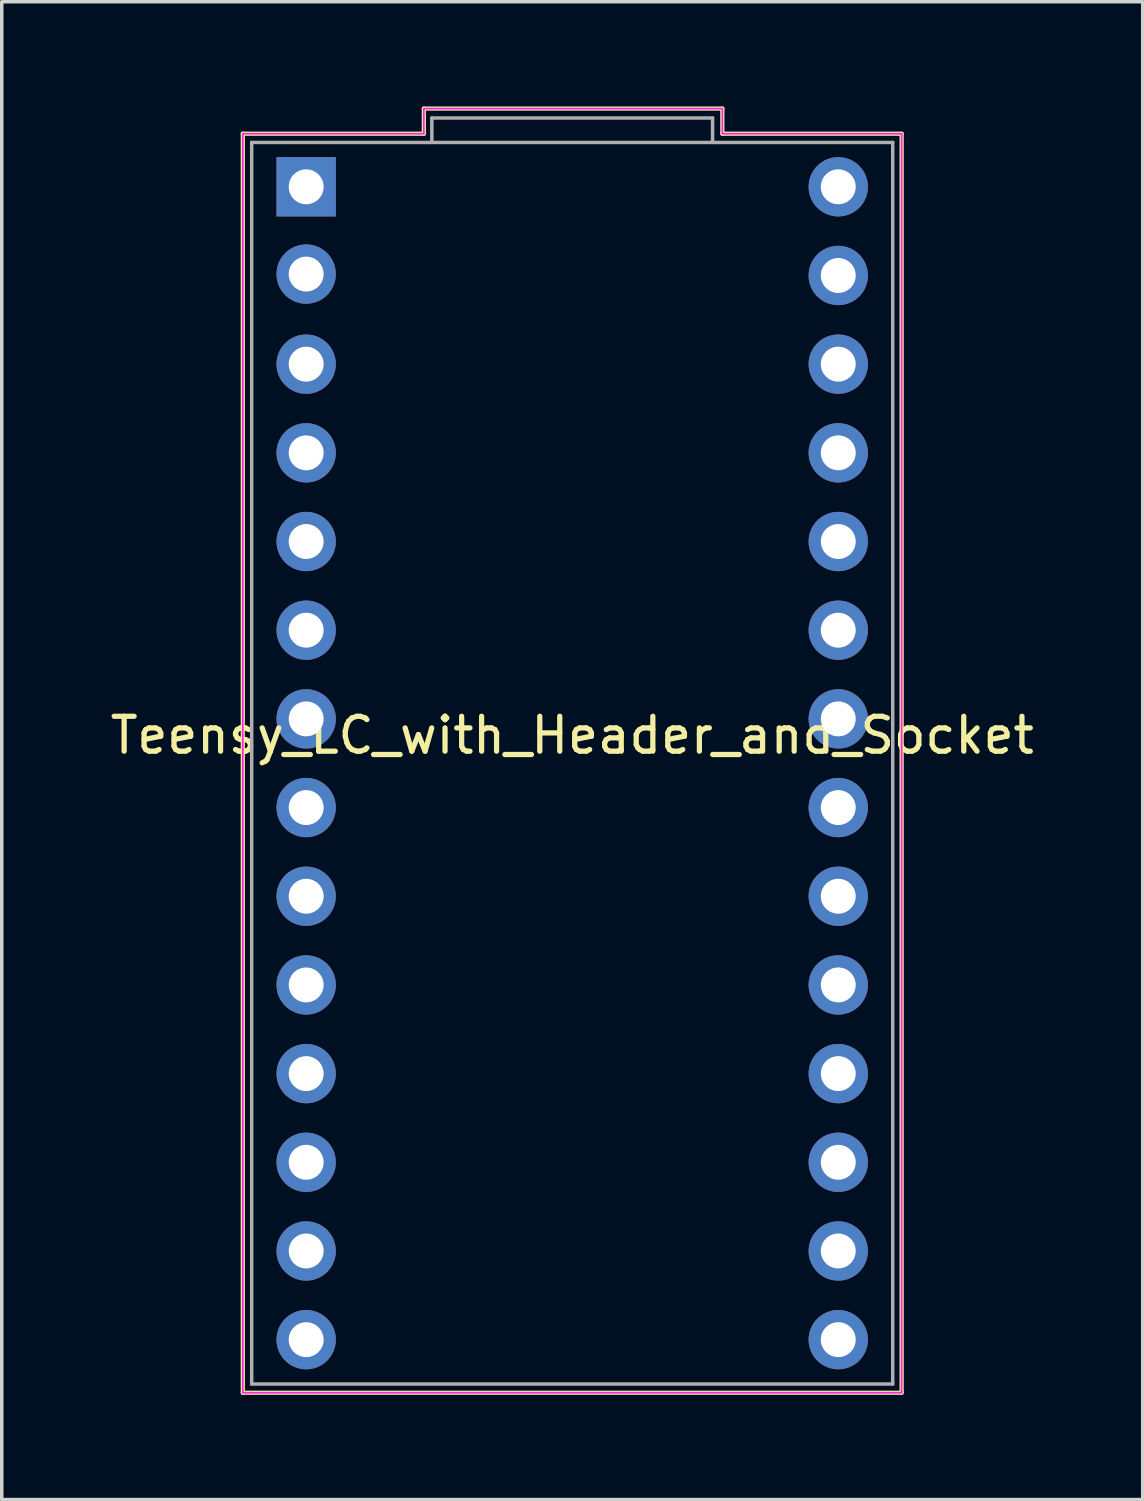
<source format=kicad_pcb>
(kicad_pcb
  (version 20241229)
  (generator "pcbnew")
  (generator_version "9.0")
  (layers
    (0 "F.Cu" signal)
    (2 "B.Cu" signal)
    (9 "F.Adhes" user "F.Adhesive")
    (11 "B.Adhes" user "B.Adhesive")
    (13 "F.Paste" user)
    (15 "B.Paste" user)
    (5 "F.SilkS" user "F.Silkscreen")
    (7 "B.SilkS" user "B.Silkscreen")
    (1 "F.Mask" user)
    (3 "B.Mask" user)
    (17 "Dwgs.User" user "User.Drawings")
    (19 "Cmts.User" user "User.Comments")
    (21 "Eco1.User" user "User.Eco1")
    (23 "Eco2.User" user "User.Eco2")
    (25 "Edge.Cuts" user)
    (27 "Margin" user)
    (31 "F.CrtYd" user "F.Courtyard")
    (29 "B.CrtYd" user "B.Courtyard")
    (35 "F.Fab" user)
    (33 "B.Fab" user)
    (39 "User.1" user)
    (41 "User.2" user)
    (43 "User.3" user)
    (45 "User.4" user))
  (footprint "Teensy_LC_with_Header_and_Socket"
    (layer "F.Cu")
    (at 13.339 18.81)
    (property "Reference" "Teensy_LC_with_Header_and_Socket" (at 0 -0.8 0) (layer "F.SilkS") (effects (font (size 1 1) (thickness 0.15))))
    (attr through_hole)
    (fp_line (start -9.435 -18.03) (end -4.25 -18.03) (stroke (width 0.12) (type solid)) (layer "F.SilkS"))
    (fp_line (start -9.435 18.03) (end -9.435 -18.03) (stroke (width 0.12) (type solid)) (layer "F.SilkS"))
    (fp_line (start -4.25 -18.75) (end 4.3 -18.75) (stroke (width 0.12) (type solid)) (layer "F.SilkS"))
    (fp_line (start -4.25 -18.03) (end -4.25 -18.75) (stroke (width 0.12) (type solid)) (layer "F.SilkS"))
    (fp_line (start 4.3 -18.75) (end 4.3 -18.03) (stroke (width 0.12) (type solid)) (layer "F.SilkS"))
    (fp_line (start 4.3 -18.03) (end 9.435 -18.03) (stroke (width 0.12) (type solid)) (layer "F.SilkS"))
    (fp_line (start 9.435 -18.03) (end 9.435 18.03) (stroke (width 0.12) (type solid)) (layer "F.SilkS"))
    (fp_line (start 9.435 18.03) (end -9.435 18.03) (stroke (width 0.12) (type solid)) (layer "F.SilkS"))
    (fp_line (start -9.435 -18.03) (end -4.25 -18.03) (stroke (width 0.05) (type solid)) (layer "F.CrtYd"))
    (fp_line (start -9.435 18.03) (end -9.435 -18.03) (stroke (width 0.05) (type solid)) (layer "F.CrtYd"))
    (fp_line (start -4.25 -18.75) (end 4.3 -18.75) (stroke (width 0.05) (type solid)) (layer "F.CrtYd"))
    (fp_line (start -4.25 -18.03) (end -4.25 -18.75) (stroke (width 0.05) (type solid)) (layer "F.CrtYd"))
    (fp_line (start 4.3 -18.75) (end 4.3 -18.03) (stroke (width 0.05) (type solid)) (layer "F.CrtYd"))
    (fp_line (start 4.3 -18.03) (end 9.435 -18.03) (stroke (width 0.05) (type solid)) (layer "F.CrtYd"))
    (fp_line (start 9.435 -18.03) (end 9.435 18.03) (stroke (width 0.05) (type solid)) (layer "F.CrtYd"))
    (fp_line (start 9.435 18.03) (end -9.435 18.03) (stroke (width 0.05) (type solid)) (layer "F.CrtYd"))
    (fp_line (start -9.18 -17.78) (end 9.18 -17.78) (stroke (width 0.1) (type solid)) (layer "F.Fab"))
    (fp_line (start -9.18 17.78) (end -9.18 -17.78) (stroke (width 0.1) (type solid)) (layer "F.Fab"))
    (fp_line (start -4.02 -18.48) (end -4.02 -17.78) (stroke (width 0.1) (type solid)) (layer "F.Fab"))
    (fp_line (start -4.02 -18.48) (end 4.02 -18.48) (stroke (width 0.1) (type solid)) (layer "F.Fab"))
    (fp_line (start 4.02 -18.48) (end 4.02 -17.78) (stroke (width 0.1) (type solid)) (layer "F.Fab"))
    (fp_line (start 9.18 -17.78) (end 9.18 17.78) (stroke (width 0.1) (type solid)) (layer "F.Fab"))
    (fp_line (start 9.18 17.78) (end -9.18 17.78) (stroke (width 0.1) (type solid)) (layer "F.Fab"))
    (pad "1" thru_hole rect (at -7.62 -16.51) (size 1.7 1.7) (drill 1) (layers "*.Cu" "*.Mask"))
    (pad "2" thru_hole circle (at -7.62 -14.01) (size 1.7 1.7) (drill 1) (layers "*.Cu" "*.Mask"))
    (pad "3" thru_hole circle (at -7.62 -11.43) (size 1.7 1.7) (drill 1) (layers "*.Cu" "*.Mask"))
    (pad "4" thru_hole circle (at -7.62 -8.89) (size 1.7 1.7) (drill 1) (layers "*.Cu" "*.Mask"))
    (pad "5" thru_hole circle (at -7.62 -6.35) (size 1.7 1.7) (drill 1) (layers "*.Cu" "*.Mask"))
    (pad "6" thru_hole circle (at -7.62 -3.81) (size 1.7 1.7) (drill 1) (layers "*.Cu" "*.Mask"))
    (pad "7" thru_hole circle (at -7.62 -1.27) (size 1.7 1.7) (drill 1) (layers "*.Cu" "*.Mask"))
    (pad "8" thru_hole circle (at -7.62 1.27) (size 1.7 1.7) (drill 1) (layers "*.Cu" "*.Mask"))
    (pad "9" thru_hole circle (at -7.62 3.81) (size 1.7 1.7) (drill 1) (layers "*.Cu" "*.Mask"))
    (pad "10" thru_hole circle (at -7.62 6.35) (size 1.7 1.7) (drill 1) (layers "*.Cu" "*.Mask"))
    (pad "11" thru_hole circle (at -7.62 8.89) (size 1.7 1.7) (drill 1) (layers "*.Cu" "*.Mask"))
    (pad "12" thru_hole circle (at -7.62 11.43) (size 1.7 1.7) (drill 1) (layers "*.Cu" "*.Mask"))
    (pad "13" thru_hole circle (at -7.62 13.97) (size 1.7 1.7) (drill 1) (layers "*.Cu" "*.Mask"))
    (pad "14" thru_hole circle (at -7.62 16.51) (size 1.7 1.7) (drill 1) (layers "*.Cu" "*.Mask"))
    (pad "15" thru_hole circle (at 7.62 16.51) (size 1.7 1.7) (drill 1) (layers "*.Cu" "*.Mask"))
    (pad "16" thru_hole circle (at 7.62 13.97) (size 1.7 1.7) (drill 1) (layers "*.Cu" "*.Mask"))
    (pad "17" thru_hole circle (at 7.62 11.43) (size 1.7 1.7) (drill 1) (layers "*.Cu" "*.Mask"))
    (pad "18" thru_hole circle (at 7.62 8.89) (size 1.7 1.7) (drill 1) (layers "*.Cu" "*.Mask"))
    (pad "19" thru_hole circle (at 7.62 6.35) (size 1.7 1.7) (drill 1) (layers "*.Cu" "*.Mask"))
    (pad "20" thru_hole circle (at 7.62 3.81) (size 1.7 1.7) (drill 1) (layers "*.Cu" "*.Mask"))
    (pad "21" thru_hole circle (at 7.62 1.27) (size 1.7 1.7) (drill 1) (layers "*.Cu" "*.Mask"))
    (pad "22" thru_hole circle (at 7.62 -1.27) (size 1.7 1.7) (drill 1) (layers "*.Cu" "*.Mask"))
    (pad "23" thru_hole circle (at 7.62 -3.81) (size 1.7 1.7) (drill 1) (layers "*.Cu" "*.Mask"))
    (pad "24" thru_hole circle (at 7.62 -6.35) (size 1.7 1.7) (drill 1) (layers "*.Cu" "*.Mask"))
    (pad "25" thru_hole circle (at 7.62 -8.89) (size 1.7 1.7) (drill 1) (layers "*.Cu" "*.Mask"))
    (pad "26" thru_hole circle (at 7.62 -11.43) (size 1.7 1.7) (drill 1) (layers "*.Cu" "*.Mask"))
    (pad "27" thru_hole circle (at 7.62 -13.97) (size 1.7 1.7) (drill 1) (layers "*.Cu" "*.Mask"))
    (pad "28" thru_hole circle (at 7.62 -16.51) (size 1.7 1.7) (drill 1) (layers "*.Cu" "*.Mask")))
  (gr_rect
    (start -3 -3)
    (end 29.679 39.9)
    (stroke (width 0.1) (type default))
    (fill no)
    (layer "Edge.Cuts")))
</source>
